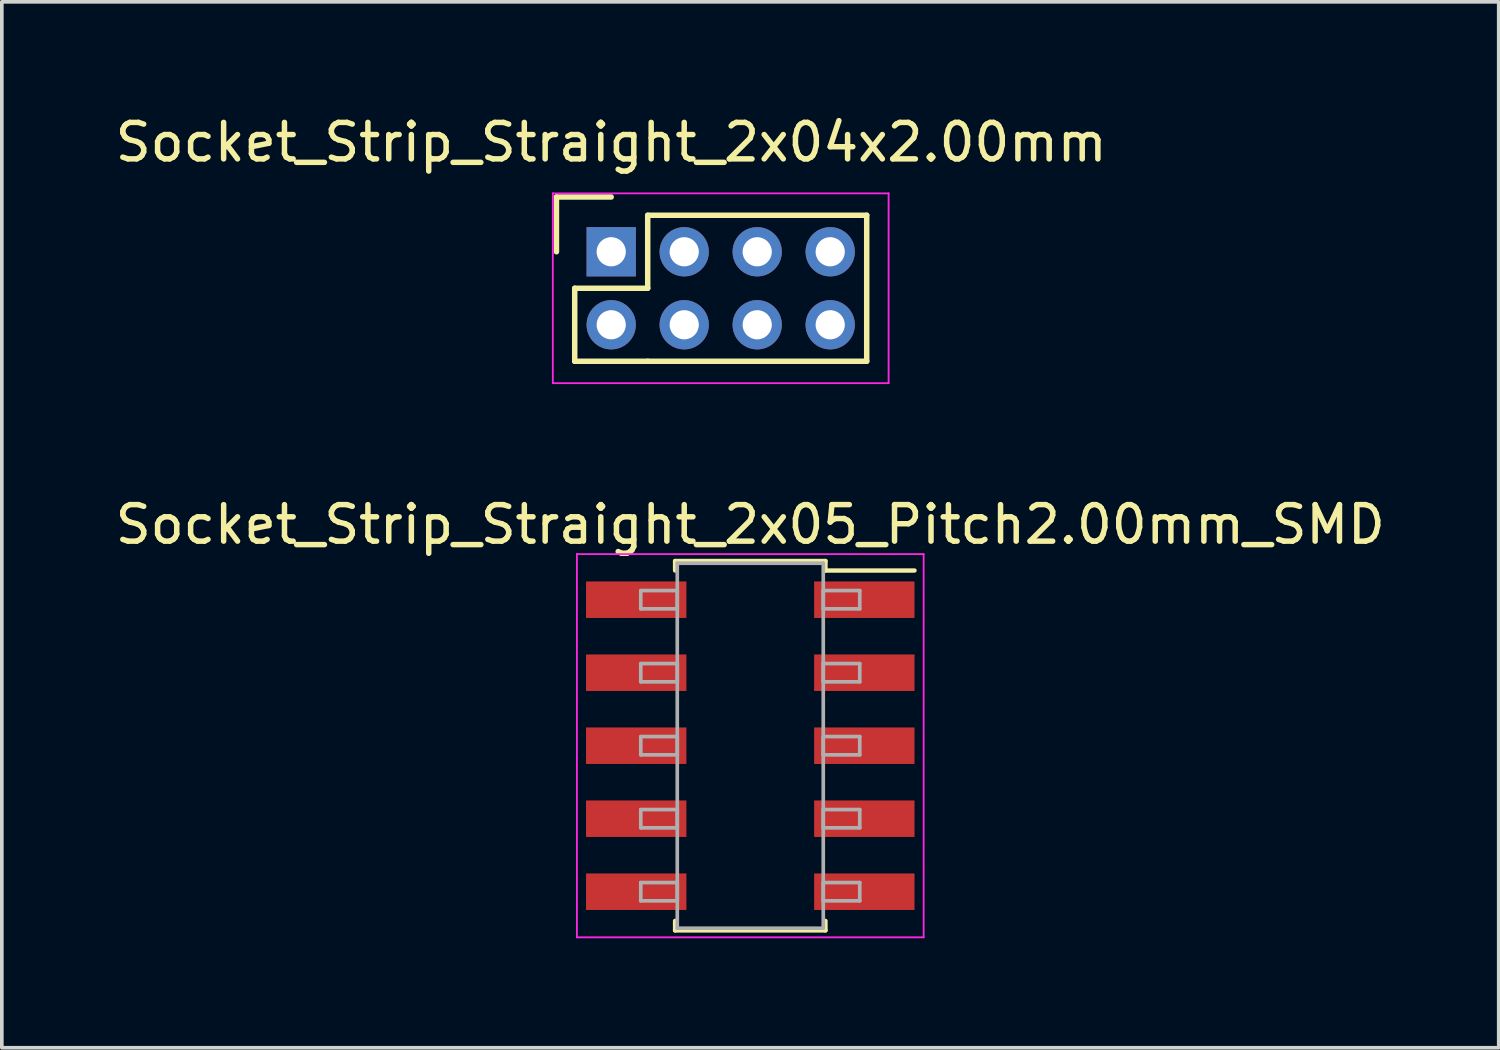
<source format=kicad_pcb>
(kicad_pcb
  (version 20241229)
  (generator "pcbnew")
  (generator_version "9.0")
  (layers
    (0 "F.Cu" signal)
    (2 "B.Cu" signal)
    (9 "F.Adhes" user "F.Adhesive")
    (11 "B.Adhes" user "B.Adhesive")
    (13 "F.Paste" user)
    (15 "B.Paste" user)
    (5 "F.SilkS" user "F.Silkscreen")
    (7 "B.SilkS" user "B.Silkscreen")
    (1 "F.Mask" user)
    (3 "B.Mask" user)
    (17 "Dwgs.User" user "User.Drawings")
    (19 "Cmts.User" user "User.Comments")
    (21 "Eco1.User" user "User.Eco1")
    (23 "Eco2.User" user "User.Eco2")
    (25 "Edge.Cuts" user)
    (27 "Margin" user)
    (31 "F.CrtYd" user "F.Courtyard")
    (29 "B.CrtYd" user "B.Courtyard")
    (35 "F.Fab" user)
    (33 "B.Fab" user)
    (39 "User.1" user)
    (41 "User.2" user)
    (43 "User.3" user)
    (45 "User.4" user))
  (footprint "Socket_Strip_Straight_2x04x2.00mm"
    (layer "F.Cu")
    (at 13.696 3.848)
    (property "Reference" "Socket_Strip_Straight_2x04x2.00mm" (at 0 -3 0) (layer "F.SilkS") (effects (font (size 1 1) (thickness 0.15))))
    (attr through_hole)
    (fp_line (start -1.5 -1.5) (end -1.5 0) (stroke (width 0.15) (type solid)) (layer "F.SilkS"))
    (fp_line (start -1 1) (end -1 3) (stroke (width 0.15) (type solid)) (layer "F.SilkS"))
    (fp_line (start -1 3) (end 1 3) (stroke (width 0.15) (type solid)) (layer "F.SilkS"))
    (fp_line (start 0 -1.5) (end -1.5 -1.5) (stroke (width 0.15) (type solid)) (layer "F.SilkS"))
    (fp_line (start 1 -1) (end 1 1) (stroke (width 0.15) (type solid)) (layer "F.SilkS"))
    (fp_line (start 1 1) (end -1 1) (stroke (width 0.15) (type solid)) (layer "F.SilkS"))
    (fp_line (start 1 3) (end 7 3) (stroke (width 0.15) (type solid)) (layer "F.SilkS"))
    (fp_line (start 7 -1) (end 1 -1) (stroke (width 0.15) (type solid)) (layer "F.SilkS"))
    (fp_line (start 7 3) (end 7 -1) (stroke (width 0.15) (type solid)) (layer "F.SilkS"))
    (fp_line (start -1.6 -1.6) (end -1.6 3.6) (stroke (width 0.05) (type solid)) (layer "F.CrtYd"))
    (fp_line (start -1.6 3.6) (end 7.6 3.6) (stroke (width 0.05) (type solid)) (layer "F.CrtYd"))
    (fp_line (start 7.6 -1.6) (end -1.6 -1.6) (stroke (width 0.05) (type solid)) (layer "F.CrtYd"))
    (fp_line (start 7.6 3.6) (end 7.6 -1.6) (stroke (width 0.05) (type solid)) (layer "F.CrtYd"))
    (pad "1" thru_hole rect (at 0 0) (size 1.35 1.35) (drill 0.8) (layers "*.Cu" "*.Mask"))
    (pad "2" thru_hole circle (at 0 2) (size 1.35 1.35) (drill 0.8) (layers "*.Cu" "*.Mask"))
    (pad "3" thru_hole circle (at 2 0) (size 1.35 1.35) (drill 0.8) (layers "*.Cu" "*.Mask"))
    (pad "4" thru_hole circle (at 2 2) (size 1.35 1.35) (drill 0.8) (layers "*.Cu" "*.Mask"))
    (pad "5" thru_hole circle (at 4 0) (size 1.35 1.35) (drill 0.8) (layers "*.Cu" "*.Mask"))
    (pad "6" thru_hole circle (at 4 2) (size 1.35 1.35) (drill 0.8) (layers "*.Cu" "*.Mask"))
    (pad "7" thru_hole circle (at 6 0) (size 1.35 1.35) (drill 0.8) (layers "*.Cu" "*.Mask"))
    (pad "8" thru_hole circle (at 6 2) (size 1.35 1.35) (drill 0.8) (layers "*.Cu" "*.Mask")))
  (footprint "Socket_Strip_Straight_2x05_Pitch2.00mm_SMD"
    (layer "F.Cu")
    (at 17.506 17.381)
    (property "Reference" "Socket_Strip_Straight_2x05_Pitch2.00mm_SMD" (at 0 -6.06 0) (layer "F.SilkS") (effects (font (size 1 1) (thickness 0.15))))
    (attr smd)
    (fp_line (start -2.06 -5.06) (end 2.06 -5.06) (stroke (width 0.12) (type solid)) (layer "F.SilkS"))
    (fp_line (start -2.06 -4.8) (end -2.06 -5.06) (stroke (width 0.12) (type solid)) (layer "F.SilkS"))
    (fp_line (start -2.06 4.8) (end -2.06 5.06) (stroke (width 0.12) (type solid)) (layer "F.SilkS"))
    (fp_line (start -2.06 5.06) (end 2.06 5.06) (stroke (width 0.12) (type solid)) (layer "F.SilkS"))
    (fp_line (start 2.06 -5.06) (end 2.06 -4.8) (stroke (width 0.12) (type solid)) (layer "F.SilkS"))
    (fp_line (start 2.06 5.06) (end 2.06 4.8) (stroke (width 0.12) (type solid)) (layer "F.SilkS"))
    (fp_line (start 4.5 -4.8) (end 2.06 -4.8) (stroke (width 0.12) (type solid)) (layer "F.SilkS"))
    (fp_line (start -4.75 -5.25) (end -4.75 5.25) (stroke (width 0.05) (type solid)) (layer "F.CrtYd"))
    (fp_line (start -4.75 5.25) (end 4.75 5.25) (stroke (width 0.05) (type solid)) (layer "F.CrtYd"))
    (fp_line (start 4.75 -5.25) (end -4.75 -5.25) (stroke (width 0.05) (type solid)) (layer "F.CrtYd"))
    (fp_line (start 4.75 5.25) (end 4.75 -5.25) (stroke (width 0.05) (type solid)) (layer "F.CrtYd"))
    (fp_line (start -3 -4.25) (end -2 -4.25) (stroke (width 0.1) (type solid)) (layer "F.Fab"))
    (fp_line (start -3 -3.75) (end -3 -4.25) (stroke (width 0.1) (type solid)) (layer "F.Fab"))
    (fp_line (start -3 -2.25) (end -2 -2.25) (stroke (width 0.1) (type solid)) (layer "F.Fab"))
    (fp_line (start -3 -1.75) (end -3 -2.25) (stroke (width 0.1) (type solid)) (layer "F.Fab"))
    (fp_line (start -3 -0.25) (end -2 -0.25) (stroke (width 0.1) (type solid)) (layer "F.Fab"))
    (fp_line (start -3 0.25) (end -3 -0.25) (stroke (width 0.1) (type solid)) (layer "F.Fab"))
    (fp_line (start -3 1.75) (end -2 1.75) (stroke (width 0.1) (type solid)) (layer "F.Fab"))
    (fp_line (start -3 2.25) (end -3 1.75) (stroke (width 0.1) (type solid)) (layer "F.Fab"))
    (fp_line (start -3 3.75) (end -2 3.75) (stroke (width 0.1) (type solid)) (layer "F.Fab"))
    (fp_line (start -3 4.25) (end -3 3.75) (stroke (width 0.1) (type solid)) (layer "F.Fab"))
    (fp_line (start -2 -5) (end -2 5) (stroke (width 0.1) (type solid)) (layer "F.Fab"))
    (fp_line (start -2 -4.25) (end -2 -3.75) (stroke (width 0.1) (type solid)) (layer "F.Fab"))
    (fp_line (start -2 -3.75) (end -3 -3.75) (stroke (width 0.1) (type solid)) (layer "F.Fab"))
    (fp_line (start -2 -2.25) (end -2 -1.75) (stroke (width 0.1) (type solid)) (layer "F.Fab"))
    (fp_line (start -2 -1.75) (end -3 -1.75) (stroke (width 0.1) (type solid)) (layer "F.Fab"))
    (fp_line (start -2 -0.25) (end -2 0.25) (stroke (width 0.1) (type solid)) (layer "F.Fab"))
    (fp_line (start -2 0.25) (end -3 0.25) (stroke (width 0.1) (type solid)) (layer "F.Fab"))
    (fp_line (start -2 1.75) (end -2 2.25) (stroke (width 0.1) (type solid)) (layer "F.Fab"))
    (fp_line (start -2 2.25) (end -3 2.25) (stroke (width 0.1) (type solid)) (layer "F.Fab"))
    (fp_line (start -2 3.75) (end -2 4.25) (stroke (width 0.1) (type solid)) (layer "F.Fab"))
    (fp_line (start -2 4.25) (end -3 4.25) (stroke (width 0.1) (type solid)) (layer "F.Fab"))
    (fp_line (start -2 5) (end 2 5) (stroke (width 0.1) (type solid)) (layer "F.Fab"))
    (fp_line (start 2 -5) (end -2 -5) (stroke (width 0.1) (type solid)) (layer "F.Fab"))
    (fp_line (start 2 -4.25) (end 2 -3.75) (stroke (width 0.1) (type solid)) (layer "F.Fab"))
    (fp_line (start 2 -3.75) (end 3 -3.75) (stroke (width 0.1) (type solid)) (layer "F.Fab"))
    (fp_line (start 2 -2.25) (end 2 -1.75) (stroke (width 0.1) (type solid)) (layer "F.Fab"))
    (fp_line (start 2 -1.75) (end 3 -1.75) (stroke (width 0.1) (type solid)) (layer "F.Fab"))
    (fp_line (start 2 -0.25) (end 2 0.25) (stroke (width 0.1) (type solid)) (layer "F.Fab"))
    (fp_line (start 2 0.25) (end 3 0.25) (stroke (width 0.1) (type solid)) (layer "F.Fab"))
    (fp_line (start 2 1.75) (end 2 2.25) (stroke (width 0.1) (type solid)) (layer "F.Fab"))
    (fp_line (start 2 2.25) (end 3 2.25) (stroke (width 0.1) (type solid)) (layer "F.Fab"))
    (fp_line (start 2 3.75) (end 2 4.25) (stroke (width 0.1) (type solid)) (layer "F.Fab"))
    (fp_line (start 2 4.25) (end 3 4.25) (stroke (width 0.1) (type solid)) (layer "F.Fab"))
    (fp_line (start 2 5) (end 2 -5) (stroke (width 0.1) (type solid)) (layer "F.Fab"))
    (fp_line (start 3 -4.25) (end 2 -4.25) (stroke (width 0.1) (type solid)) (layer "F.Fab"))
    (fp_line (start 3 -3.75) (end 3 -4.25) (stroke (width 0.1) (type solid)) (layer "F.Fab"))
    (fp_line (start 3 -2.25) (end 2 -2.25) (stroke (width 0.1) (type solid)) (layer "F.Fab"))
    (fp_line (start 3 -1.75) (end 3 -2.25) (stroke (width 0.1) (type solid)) (layer "F.Fab"))
    (fp_line (start 3 -0.25) (end 2 -0.25) (stroke (width 0.1) (type solid)) (layer "F.Fab"))
    (fp_line (start 3 0.25) (end 3 -0.25) (stroke (width 0.1) (type solid)) (layer "F.Fab"))
    (fp_line (start 3 1.75) (end 2 1.75) (stroke (width 0.1) (type solid)) (layer "F.Fab"))
    (fp_line (start 3 2.25) (end 3 1.75) (stroke (width 0.1) (type solid)) (layer "F.Fab"))
    (fp_line (start 3 3.75) (end 2 3.75) (stroke (width 0.1) (type solid)) (layer "F.Fab"))
    (fp_line (start 3 4.25) (end 3 3.75) (stroke (width 0.1) (type solid)) (layer "F.Fab"))
    (pad "1" smd rect (at 3.125 -4) (size 2.75 1) (layers "F.Cu" "F.Mask"))
    (pad "2" smd rect (at -3.125 -4) (size 2.75 1) (layers "F.Cu" "F.Mask"))
    (pad "3" smd rect (at 3.125 -2) (size 2.75 1) (layers "F.Cu" "F.Mask"))
    (pad "4" smd rect (at -3.125 -2) (size 2.75 1) (layers "F.Cu" "F.Mask"))
    (pad "5" smd rect (at 3.125 0) (size 2.75 1) (layers "F.Cu" "F.Mask"))
    (pad "6" smd rect (at -3.125 0) (size 2.75 1) (layers "F.Cu" "F.Mask"))
    (pad "7" smd rect (at 3.125 2) (size 2.75 1) (layers "F.Cu" "F.Mask"))
    (pad "8" smd rect (at -3.125 2) (size 2.75 1) (layers "F.Cu" "F.Mask"))
    (pad "9" smd rect (at 3.125 4) (size 2.75 1) (layers "F.Cu" "F.Mask"))
    (pad "10" smd rect (at -3.125 4) (size 2.75 1) (layers "F.Cu" "F.Mask")))
  (gr_rect
    (start -3 -3)
    (end 38.012 25.657)
    (stroke (width 0.1) (type default))
    (fill no)
    (layer "Edge.Cuts")))
</source>
